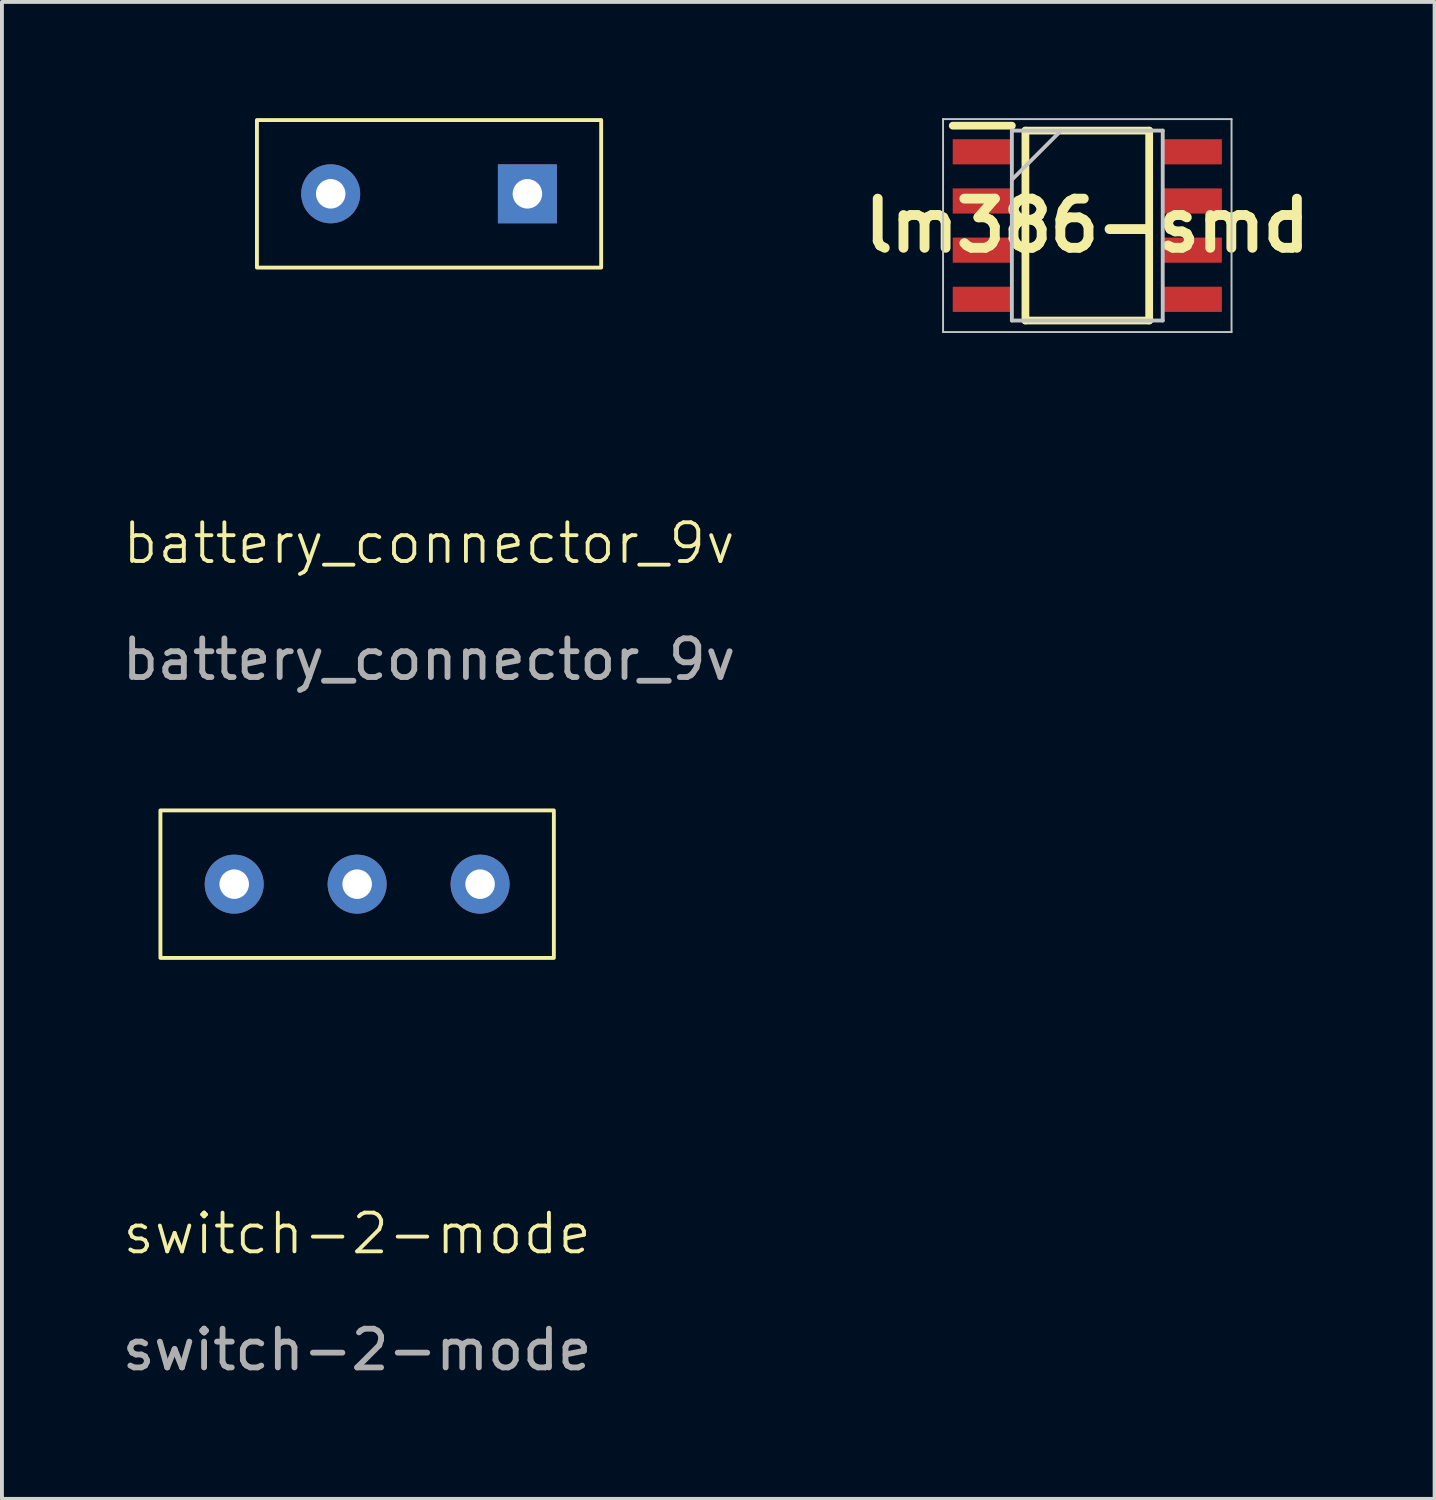
<source format=kicad_pcb>
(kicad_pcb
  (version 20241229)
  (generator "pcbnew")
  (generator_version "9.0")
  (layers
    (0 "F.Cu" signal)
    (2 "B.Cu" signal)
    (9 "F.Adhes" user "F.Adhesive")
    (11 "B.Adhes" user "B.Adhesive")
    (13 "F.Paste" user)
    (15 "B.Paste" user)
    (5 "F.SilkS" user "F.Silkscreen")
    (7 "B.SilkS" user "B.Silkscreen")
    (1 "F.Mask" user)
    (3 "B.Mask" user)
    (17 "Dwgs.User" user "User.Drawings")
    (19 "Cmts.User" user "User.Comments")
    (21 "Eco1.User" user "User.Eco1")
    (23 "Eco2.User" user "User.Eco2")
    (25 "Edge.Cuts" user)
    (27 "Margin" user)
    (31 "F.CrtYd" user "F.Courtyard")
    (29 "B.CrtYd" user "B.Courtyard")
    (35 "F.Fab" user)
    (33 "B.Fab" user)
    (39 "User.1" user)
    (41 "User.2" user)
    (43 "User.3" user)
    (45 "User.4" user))
  (footprint "switch-2-mode"
    (layer "F.Cu")
    (at 6.173 29.308)
    (property "Reference" "switch-2-mode" (at 0 -0.5 0) (unlocked yes) (layer "F.SilkS") (effects (font (size 1 1) (thickness 0.1))))
    (attr through_hole)
    (fp_rect (start -5.08 -11.43) (end 5.08 -7.62) (stroke (width 0.1) (type default)) (fill no) (layer "F.SilkS"))
    (fp_text user "${REFERENCE}" (at 0 2.5 0) (unlocked yes) (layer "F.Fab") (effects (font (size 1 1) (thickness 0.15))))
    (pad "1" thru_hole circle (at -3.175 -9.525) (size 1.524 1.524) (drill 0.762) (layers "*.Cu" "*.Mask"))
    (pad "2" thru_hole circle (at 0 -9.525) (size 1.524 1.524) (drill 0.762) (layers "*.Cu" "*.Mask"))
    (pad "3" thru_hole circle (at 3.175 -9.525) (size 1.524 1.524) (drill 0.762) (layers "*.Cu" "*.Mask")))
  (footprint "battery_connector_9v"
    (layer "F.Cu")
    (at 8.03 11.48)
    (property "Reference" "battery_connector_9v" (at 0 -0.5 0) (unlocked yes) (layer "F.SilkS") (effects (font (size 1 1) (thickness 0.1))))
    (attr through_hole)
    (fp_rect (start -4.445 -11.43) (end 4.445 -7.62) (stroke (width 0.1) (type default)) (fill no) (layer "F.SilkS"))
    (fp_text user "${REFERENCE}" (at 0 2.5 0) (unlocked yes) (layer "F.Fab") (effects (font (size 1 1) (thickness 0.15))))
    (pad "1" thru_hole circle (at -2.54 -9.525) (size 1.524 1.524) (drill 0.762) (layers "*.Cu" "*.Mask"))
    (pad "2" thru_hole rect (at 2.54 -9.525) (size 1.524 1.524) (drill 0.762) (layers "*.Cu" "*.Mask")))
  (footprint "lm386-smd"
    (layer "F.Cu")
    (at 25.029 2.775)
    (property "Reference" "lm386-smd" (at 0 0 0) (layer "F.SilkS") (effects (font (size 1.27 1.27) (thickness 0.254))))
    (attr smd)
    (fp_line (start -3.475 -2.58) (end -1.948 -2.58) (stroke (width 0.2) (type solid)) (layer "F.SilkS"))
    (fp_line (start -1.598 -2.452) (end 1.598 -2.452) (stroke (width 0.2) (type solid)) (layer "F.SilkS"))
    (fp_line (start -1.598 2.452) (end -1.598 -2.452) (stroke (width 0.2) (type solid)) (layer "F.SilkS"))
    (fp_line (start 1.598 -2.452) (end 1.598 2.452) (stroke (width 0.2) (type solid)) (layer "F.SilkS"))
    (fp_line (start 1.598 2.452) (end -1.598 2.452) (stroke (width 0.2) (type solid)) (layer "F.SilkS"))
    (fp_line (start -3.725 -2.75) (end 3.725 -2.75) (stroke (width 0.05) (type solid)) (layer "Dwgs.User"))
    (fp_line (start -3.725 2.75) (end -3.725 -2.75) (stroke (width 0.05) (type solid)) (layer "Dwgs.User"))
    (fp_line (start -1.948 -2.452) (end 1.948 -2.452) (stroke (width 0.1) (type solid)) (layer "Dwgs.User"))
    (fp_line (start -1.948 -1.182) (end -0.678 -2.452) (stroke (width 0.1) (type solid)) (layer "Dwgs.User"))
    (fp_line (start -1.948 2.452) (end -1.948 -2.452) (stroke (width 0.1) (type solid)) (layer "Dwgs.User"))
    (fp_line (start 1.948 -2.452) (end 1.948 2.452) (stroke (width 0.1) (type solid)) (layer "Dwgs.User"))
    (fp_line (start 1.948 2.452) (end -1.948 2.452) (stroke (width 0.1) (type solid)) (layer "Dwgs.User"))
    (fp_line (start 3.725 -2.75) (end 3.725 2.75) (stroke (width 0.05) (type solid)) (layer "Dwgs.User"))
    (fp_line (start 3.725 2.75) (end -3.725 2.75) (stroke (width 0.05) (type solid)) (layer "Dwgs.User"))
    (pad "1" smd rect (at -2.711 -1.905 90) (size 0.65 1.528) (layers "F.Cu" "F.Mask" "F.Paste"))
    (pad "2" smd rect (at -2.711 -0.635 90) (size 0.65 1.528) (layers "F.Cu" "F.Mask" "F.Paste"))
    (pad "3" smd rect (at -2.711 0.635 90) (size 0.65 1.528) (layers "F.Cu" "F.Mask" "F.Paste"))
    (pad "4" smd rect (at -2.711 1.905 90) (size 0.65 1.528) (layers "F.Cu" "F.Mask" "F.Paste"))
    (pad "5" smd rect (at 2.711 1.905 90) (size 0.65 1.528) (layers "F.Cu" "F.Mask" "F.Paste"))
    (pad "6" smd rect (at 2.711 0.635 90) (size 0.65 1.528) (layers "F.Cu" "F.Mask" "F.Paste"))
    (pad "7" smd rect (at 2.711 -0.635 90) (size 0.65 1.528) (layers "F.Cu" "F.Mask" "F.Paste"))
    (pad "8" smd rect (at 2.711 -1.905 90) (size 0.65 1.528) (layers "F.Cu" "F.Mask" "F.Paste")))
  (gr_rect
    (start -3 -3)
    (end 33.998 35.657)
    (stroke (width 0.1) (type default))
    (fill no)
    (layer "Edge.Cuts")))
</source>
